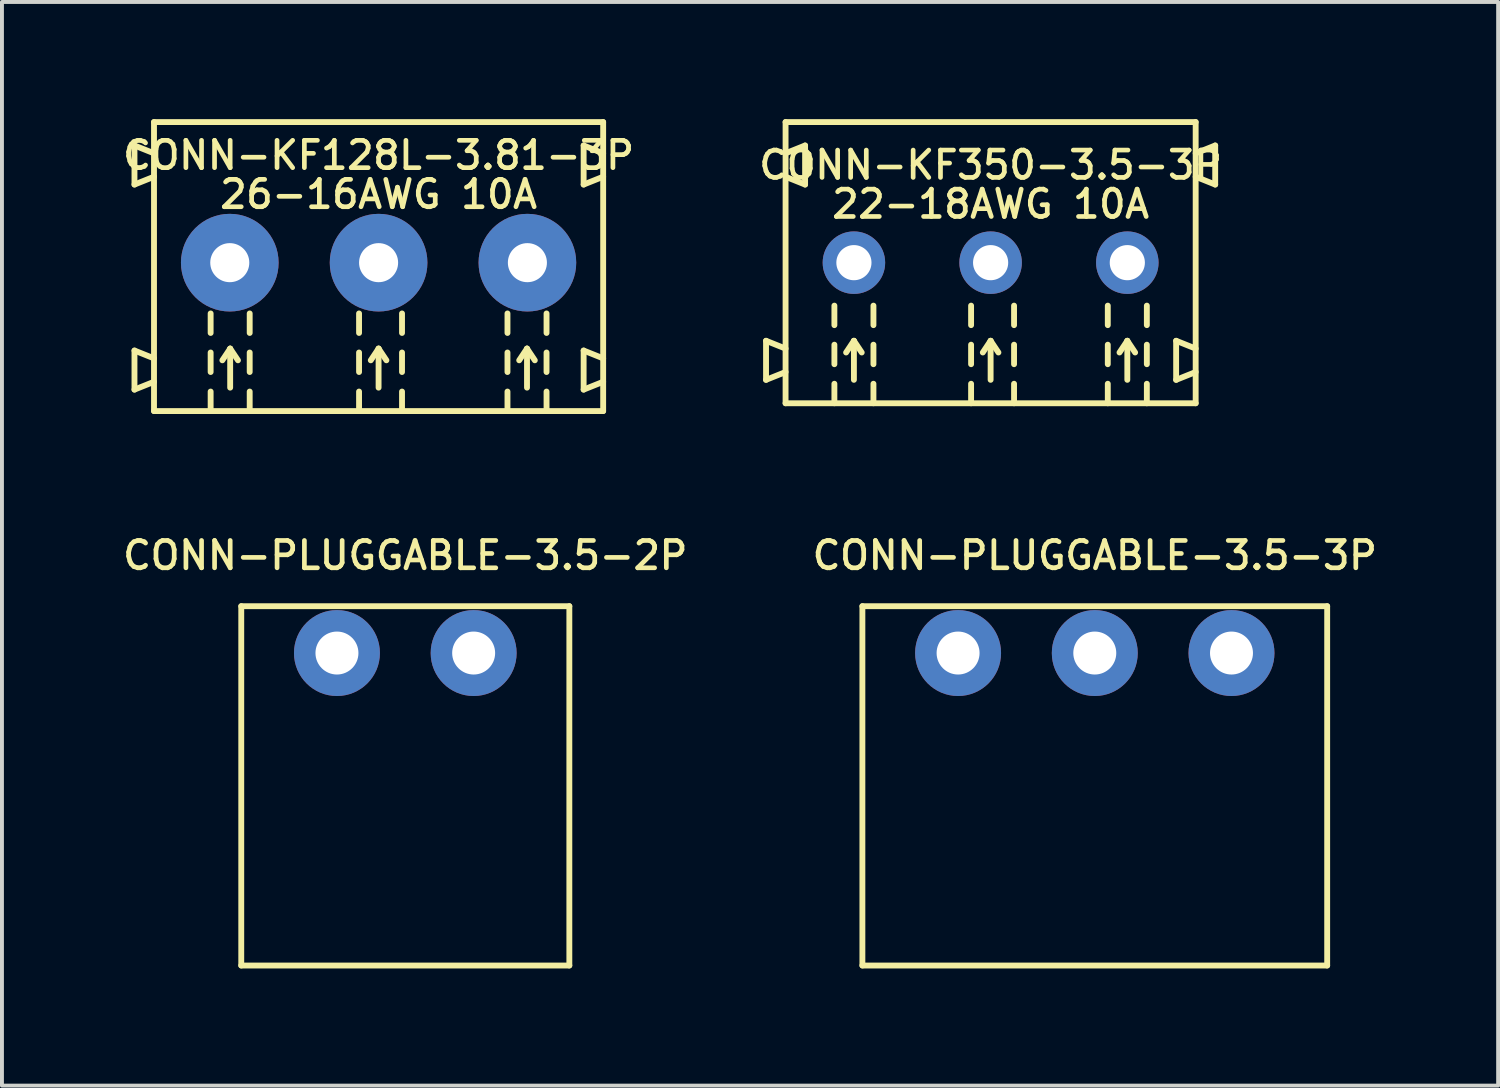
<source format=kicad_pcb>
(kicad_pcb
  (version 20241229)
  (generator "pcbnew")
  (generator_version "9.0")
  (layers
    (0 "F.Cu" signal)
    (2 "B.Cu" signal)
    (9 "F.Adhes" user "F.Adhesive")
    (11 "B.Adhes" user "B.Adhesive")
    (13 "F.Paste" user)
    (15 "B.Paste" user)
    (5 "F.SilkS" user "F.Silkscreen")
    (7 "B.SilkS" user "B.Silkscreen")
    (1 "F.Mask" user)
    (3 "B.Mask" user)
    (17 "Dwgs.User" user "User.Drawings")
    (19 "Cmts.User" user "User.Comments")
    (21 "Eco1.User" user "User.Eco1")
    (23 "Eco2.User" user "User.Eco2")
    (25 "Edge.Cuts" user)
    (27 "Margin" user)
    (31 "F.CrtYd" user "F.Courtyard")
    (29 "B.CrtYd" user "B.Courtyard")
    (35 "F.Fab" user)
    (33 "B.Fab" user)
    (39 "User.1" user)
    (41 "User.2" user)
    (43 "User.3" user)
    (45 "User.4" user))
  (footprint "CONN-PLUGGABLE-3.5-3P"
    (layer "F.Cu")
    (at 24.98 13.67)
    (property "Reference" "CONN-PLUGGABLE-3.5-3P" (at 0 -2.5 0) (layer "F.SilkS") (effects (font (size 0.7 0.7) (thickness 0.12))))
    (attr through_hole)
    (fp_line (start -5.95 8) (end -5.95 -1.2) (stroke (width 0.15) (type solid)) (layer "F.SilkS"))
    (fp_line (start -5.95 8) (end 5.95 8) (stroke (width 0.15) (type solid)) (layer "F.SilkS"))
    (fp_line (start 5.95 -1.2) (end -5.95 -1.2) (stroke (width 0.15) (type solid)) (layer "F.SilkS"))
    (fp_line (start 5.95 8) (end 5.95 -1.2) (stroke (width 0.15) (type solid)) (layer "F.SilkS"))
    (pad "1" thru_hole circle (at -3.5 0) (size 2.2 2.2) (drill 1.1) (layers "*.Cu" "*.Mask"))
    (pad "2" thru_hole circle (at 0 0) (size 2.2 2.2) (drill 1.1) (layers "*.Cu" "*.Mask"))
    (pad "3" thru_hole circle (at 3.5 0) (size 2.2 2.2) (drill 1.1) (layers "*.Cu" "*.Mask")))
  (footprint "CONN-KF350-3.5-3P"
    (layer "F.Cu")
    (at 22.313 3.675)
    (property "Reference" "CONN-KF350-3.5-3P" (at 0 -2.5 0) (layer "F.SilkS") (effects (font (size 0.7 0.7) (thickness 0.12))))
    (attr through_hole)
    (fp_line (start -5.75 2) (end -5.25 2.2) (stroke (width 0.15) (type solid)) (layer "F.SilkS"))
    (fp_line (start -5.75 3) (end -5.75 2) (stroke (width 0.15) (type solid)) (layer "F.SilkS"))
    (fp_line (start -5.25 -3.6) (end -5.25 3.6) (stroke (width 0.15) (type solid)) (layer "F.SilkS"))
    (fp_line (start -5.25 -2.8) (end -4.75 -3) (stroke (width 0.15) (type solid)) (layer "F.SilkS"))
    (fp_line (start -5.25 -2.2) (end -4.75 -2) (stroke (width 0.15) (type solid)) (layer "F.SilkS"))
    (fp_line (start -5.25 2.8) (end -5.75 3) (stroke (width 0.15) (type solid)) (layer "F.SilkS"))
    (fp_line (start -5.25 3.6) (end 5.25 3.6) (stroke (width 0.15) (type solid)) (layer "F.SilkS"))
    (fp_line (start -4.75 -3) (end -4.75 -2) (stroke (width 0.15) (type solid)) (layer "F.SilkS"))
    (fp_line (start -4 1.6) (end -4 1.1) (stroke (width 0.15) (type solid)) (layer "F.SilkS"))
    (fp_line (start -4 2.6) (end -4 2.1) (stroke (width 0.15) (type solid)) (layer "F.SilkS"))
    (fp_line (start -4 3.6) (end -4 3.1) (stroke (width 0.15) (type solid)) (layer "F.SilkS"))
    (fp_line (start -3.5 2) (end -3.7 2.3) (stroke (width 0.15) (type solid)) (layer "F.SilkS"))
    (fp_line (start -3.5 2) (end -3.5 3) (stroke (width 0.15) (type solid)) (layer "F.SilkS"))
    (fp_line (start -3.5 2) (end -3.3 2.3) (stroke (width 0.15) (type solid)) (layer "F.SilkS"))
    (fp_line (start -3 1.6) (end -3 1.1) (stroke (width 0.15) (type solid)) (layer "F.SilkS"))
    (fp_line (start -3 2.6) (end -3 2.1) (stroke (width 0.15) (type solid)) (layer "F.SilkS"))
    (fp_line (start -3 3.6) (end -3 3.1) (stroke (width 0.15) (type solid)) (layer "F.SilkS"))
    (fp_line (start -0.5 1.6) (end -0.5 1.1) (stroke (width 0.15) (type solid)) (layer "F.SilkS"))
    (fp_line (start -0.5 2.6) (end -0.5 2.1) (stroke (width 0.15) (type solid)) (layer "F.SilkS"))
    (fp_line (start -0.5 3.6) (end -0.5 3.1) (stroke (width 0.15) (type solid)) (layer "F.SilkS"))
    (fp_line (start 0 2) (end -0.2 2.3) (stroke (width 0.15) (type solid)) (layer "F.SilkS"))
    (fp_line (start 0 2) (end 0 3) (stroke (width 0.15) (type solid)) (layer "F.SilkS"))
    (fp_line (start 0 2) (end 0.2 2.3) (stroke (width 0.15) (type solid)) (layer "F.SilkS"))
    (fp_line (start 0.6 1.6) (end 0.6 1.1) (stroke (width 0.15) (type solid)) (layer "F.SilkS"))
    (fp_line (start 0.6 2.6) (end 0.6 2.1) (stroke (width 0.15) (type solid)) (layer "F.SilkS"))
    (fp_line (start 0.6 3.6) (end 0.6 3.1) (stroke (width 0.15) (type solid)) (layer "F.SilkS"))
    (fp_line (start 3 1.6) (end 3 1.1) (stroke (width 0.15) (type solid)) (layer "F.SilkS"))
    (fp_line (start 3 2.6) (end 3 2.1) (stroke (width 0.15) (type solid)) (layer "F.SilkS"))
    (fp_line (start 3 3.6) (end 3 3.1) (stroke (width 0.15) (type solid)) (layer "F.SilkS"))
    (fp_line (start 3.5 2) (end 3.3 2.3) (stroke (width 0.15) (type solid)) (layer "F.SilkS"))
    (fp_line (start 3.5 2) (end 3.5 3) (stroke (width 0.15) (type solid)) (layer "F.SilkS"))
    (fp_line (start 3.5 2) (end 3.7 2.3) (stroke (width 0.15) (type solid)) (layer "F.SilkS"))
    (fp_line (start 4 1.6) (end 4 1.1) (stroke (width 0.15) (type solid)) (layer "F.SilkS"))
    (fp_line (start 4 2.6) (end 4 2.1) (stroke (width 0.15) (type solid)) (layer "F.SilkS"))
    (fp_line (start 4 3.6) (end 4 3.1) (stroke (width 0.15) (type solid)) (layer "F.SilkS"))
    (fp_line (start 4.75 2) (end 5.25 2.2) (stroke (width 0.15) (type solid)) (layer "F.SilkS"))
    (fp_line (start 4.75 3) (end 4.75 2) (stroke (width 0.15) (type solid)) (layer "F.SilkS"))
    (fp_line (start 5.25 -3.6) (end -5.25 -3.6) (stroke (width 0.15) (type solid)) (layer "F.SilkS"))
    (fp_line (start 5.25 -2.8) (end 5.75 -3) (stroke (width 0.15) (type solid)) (layer "F.SilkS"))
    (fp_line (start 5.25 2.8) (end 4.75 3) (stroke (width 0.15) (type solid)) (layer "F.SilkS"))
    (fp_line (start 5.25 3.6) (end 5.25 -3.6) (stroke (width 0.15) (type solid)) (layer "F.SilkS"))
    (fp_line (start 5.75 -3) (end 5.75 -2) (stroke (width 0.15) (type solid)) (layer "F.SilkS"))
    (fp_line (start 5.75 -2) (end 5.25 -2.2) (stroke (width 0.15) (type solid)) (layer "F.SilkS"))
    (fp_text user "22-18AWG 10A" (at 0 -1.5 0) (layer "F.SilkS") (effects (font (size 0.7 0.7) (thickness 0.12))))
    (pad "1" thru_hole circle (at -3.5 0) (size 1.6 1.6) (drill 0.9) (layers "*.Cu" "*.Mask"))
    (pad "2" thru_hole circle (at 0 0) (size 1.6 1.6) (drill 0.9) (layers "*.Cu" "*.Mask"))
    (pad "3" thru_hole circle (at 3.5 0) (size 1.6 1.6) (drill 0.9) (layers "*.Cu" "*.Mask")))
  (footprint "CONN-KF128L-3.81-3P"
    (layer "F.Cu")
    (at 6.643 3.675)
    (property "Reference" "CONN-KF128L-3.81-3P" (at 0 -2.75 0) (layer "F.SilkS") (effects (font (size 0.7 0.7) (thickness 0.12))))
    (attr through_hole)
    (fp_line (start -6.25 -2) (end -6.25 -3) (stroke (width 0.15) (type solid)) (layer "F.SilkS"))
    (fp_line (start -6.25 2.25) (end -5.75 2.45) (stroke (width 0.15) (type solid)) (layer "F.SilkS"))
    (fp_line (start -6.25 3.25) (end -6.25 2.25) (stroke (width 0.15) (type solid)) (layer "F.SilkS"))
    (fp_line (start -5.75 -3.6) (end -5.75 3.8) (stroke (width 0.15) (type solid)) (layer "F.SilkS"))
    (fp_line (start -5.75 -2.8) (end -6.25 -3) (stroke (width 0.15) (type solid)) (layer "F.SilkS"))
    (fp_line (start -5.75 -2.2) (end -6.25 -2) (stroke (width 0.15) (type solid)) (layer "F.SilkS"))
    (fp_line (start -5.75 3.05) (end -6.25 3.25) (stroke (width 0.15) (type solid)) (layer "F.SilkS"))
    (fp_line (start -5.75 3.8) (end 5.75 3.8) (stroke (width 0.15) (type solid)) (layer "F.SilkS"))
    (fp_line (start -4.3 1.8) (end -4.3 1.3) (stroke (width 0.15) (type solid)) (layer "F.SilkS"))
    (fp_line (start -4.3 2.8) (end -4.3 2.3) (stroke (width 0.15) (type solid)) (layer "F.SilkS"))
    (fp_line (start -4.3 3.8) (end -4.3 3.3) (stroke (width 0.15) (type solid)) (layer "F.SilkS"))
    (fp_line (start -3.8 2.2) (end -4 2.5) (stroke (width 0.15) (type solid)) (layer "F.SilkS"))
    (fp_line (start -3.8 2.2) (end -3.8 3.2) (stroke (width 0.15) (type solid)) (layer "F.SilkS"))
    (fp_line (start -3.8 2.2) (end -3.6 2.5) (stroke (width 0.15) (type solid)) (layer "F.SilkS"))
    (fp_line (start -3.3 1.8) (end -3.3 1.3) (stroke (width 0.15) (type solid)) (layer "F.SilkS"))
    (fp_line (start -3.3 2.8) (end -3.3 2.3) (stroke (width 0.15) (type solid)) (layer "F.SilkS"))
    (fp_line (start -3.3 3.8) (end -3.3 3.3) (stroke (width 0.15) (type solid)) (layer "F.SilkS"))
    (fp_line (start -0.5 1.8) (end -0.5 1.3) (stroke (width 0.15) (type solid)) (layer "F.SilkS"))
    (fp_line (start -0.5 2.8) (end -0.5 2.3) (stroke (width 0.15) (type solid)) (layer "F.SilkS"))
    (fp_line (start -0.5 3.8) (end -0.5 3.3) (stroke (width 0.15) (type solid)) (layer "F.SilkS"))
    (fp_line (start 0 2.2) (end -0.2 2.5) (stroke (width 0.15) (type solid)) (layer "F.SilkS"))
    (fp_line (start 0 2.2) (end 0 3.2) (stroke (width 0.15) (type solid)) (layer "F.SilkS"))
    (fp_line (start 0 2.2) (end 0.2 2.5) (stroke (width 0.15) (type solid)) (layer "F.SilkS"))
    (fp_line (start 0.6 1.8) (end 0.6 1.3) (stroke (width 0.15) (type solid)) (layer "F.SilkS"))
    (fp_line (start 0.6 2.8) (end 0.6 2.3) (stroke (width 0.15) (type solid)) (layer "F.SilkS"))
    (fp_line (start 0.6 3.8) (end 0.6 3.3) (stroke (width 0.15) (type solid)) (layer "F.SilkS"))
    (fp_line (start 3.3 1.8) (end 3.3 1.3) (stroke (width 0.15) (type solid)) (layer "F.SilkS"))
    (fp_line (start 3.3 2.8) (end 3.3 2.3) (stroke (width 0.15) (type solid)) (layer "F.SilkS"))
    (fp_line (start 3.3 3.8) (end 3.3 3.3) (stroke (width 0.15) (type solid)) (layer "F.SilkS"))
    (fp_line (start 3.8 2.2) (end 3.6 2.5) (stroke (width 0.15) (type solid)) (layer "F.SilkS"))
    (fp_line (start 3.8 2.2) (end 3.8 3.2) (stroke (width 0.15) (type solid)) (layer "F.SilkS"))
    (fp_line (start 3.8 2.2) (end 4 2.5) (stroke (width 0.15) (type solid)) (layer "F.SilkS"))
    (fp_line (start 4.3 1.8) (end 4.3 1.3) (stroke (width 0.15) (type solid)) (layer "F.SilkS"))
    (fp_line (start 4.3 2.8) (end 4.3 2.3) (stroke (width 0.15) (type solid)) (layer "F.SilkS"))
    (fp_line (start 4.3 3.8) (end 4.3 3.3) (stroke (width 0.15) (type solid)) (layer "F.SilkS"))
    (fp_line (start 5.25 -3) (end 5.75 -2.8) (stroke (width 0.15) (type solid)) (layer "F.SilkS"))
    (fp_line (start 5.25 -2) (end 5.25 -3) (stroke (width 0.15) (type solid)) (layer "F.SilkS"))
    (fp_line (start 5.25 2.25) (end 5.75 2.45) (stroke (width 0.15) (type solid)) (layer "F.SilkS"))
    (fp_line (start 5.25 3.25) (end 5.25 2.25) (stroke (width 0.15) (type solid)) (layer "F.SilkS"))
    (fp_line (start 5.75 -3.6) (end -5.75 -3.6) (stroke (width 0.15) (type solid)) (layer "F.SilkS"))
    (fp_line (start 5.75 -2.2) (end 5.25 -2) (stroke (width 0.15) (type solid)) (layer "F.SilkS"))
    (fp_line (start 5.75 3.05) (end 5.25 3.25) (stroke (width 0.15) (type solid)) (layer "F.SilkS"))
    (fp_line (start 5.75 3.8) (end 5.75 -3.6) (stroke (width 0.15) (type solid)) (layer "F.SilkS"))
    (fp_text user "26-16AWG 10A" (at 0 -1.75 0) (layer "F.SilkS") (effects (font (size 0.7 0.7) (thickness 0.12))))
    (pad "1" thru_hole circle (at -3.81 0) (size 2.5 2.5) (drill 1) (layers "*.Cu" "*.Mask"))
    (pad "2" thru_hole circle (at 0 0) (size 2.5 2.5) (drill 1) (layers "*.Cu" "*.Mask"))
    (pad "3" thru_hole circle (at 3.81 0) (size 2.5 2.5) (drill 1) (layers "*.Cu" "*.Mask")))
  (footprint "CONN-PLUGGABLE-3.5-2P"
    (layer "F.Cu")
    (at 7.327 13.67)
    (property "Reference" "CONN-PLUGGABLE-3.5-2P" (at 0 -2.5 0) (layer "F.SilkS") (effects (font (size 0.7 0.7) (thickness 0.12))))
    (attr through_hole)
    (fp_line (start -4.2 8) (end -4.2 -1.2) (stroke (width 0.15) (type solid)) (layer "F.SilkS"))
    (fp_line (start -4.2 8) (end 4.2 8) (stroke (width 0.15) (type solid)) (layer "F.SilkS"))
    (fp_line (start 4.2 -1.2) (end -4.2 -1.2) (stroke (width 0.15) (type solid)) (layer "F.SilkS"))
    (fp_line (start 4.2 8) (end 4.2 -1.2) (stroke (width 0.15) (type solid)) (layer "F.SilkS"))
    (pad "1" thru_hole circle (at -1.75 0) (size 2.2 2.2) (drill 1.1) (layers "*.Cu" "*.Mask"))
    (pad "2" thru_hole circle (at 1.75 0) (size 2.2 2.2) (drill 1.1) (layers "*.Cu" "*.Mask")))
  (gr_rect
    (start -3 -3)
    (end 35.307 24.745)
    (stroke (width 0.1) (type default))
    (fill no)
    (layer "Edge.Cuts")))
</source>
